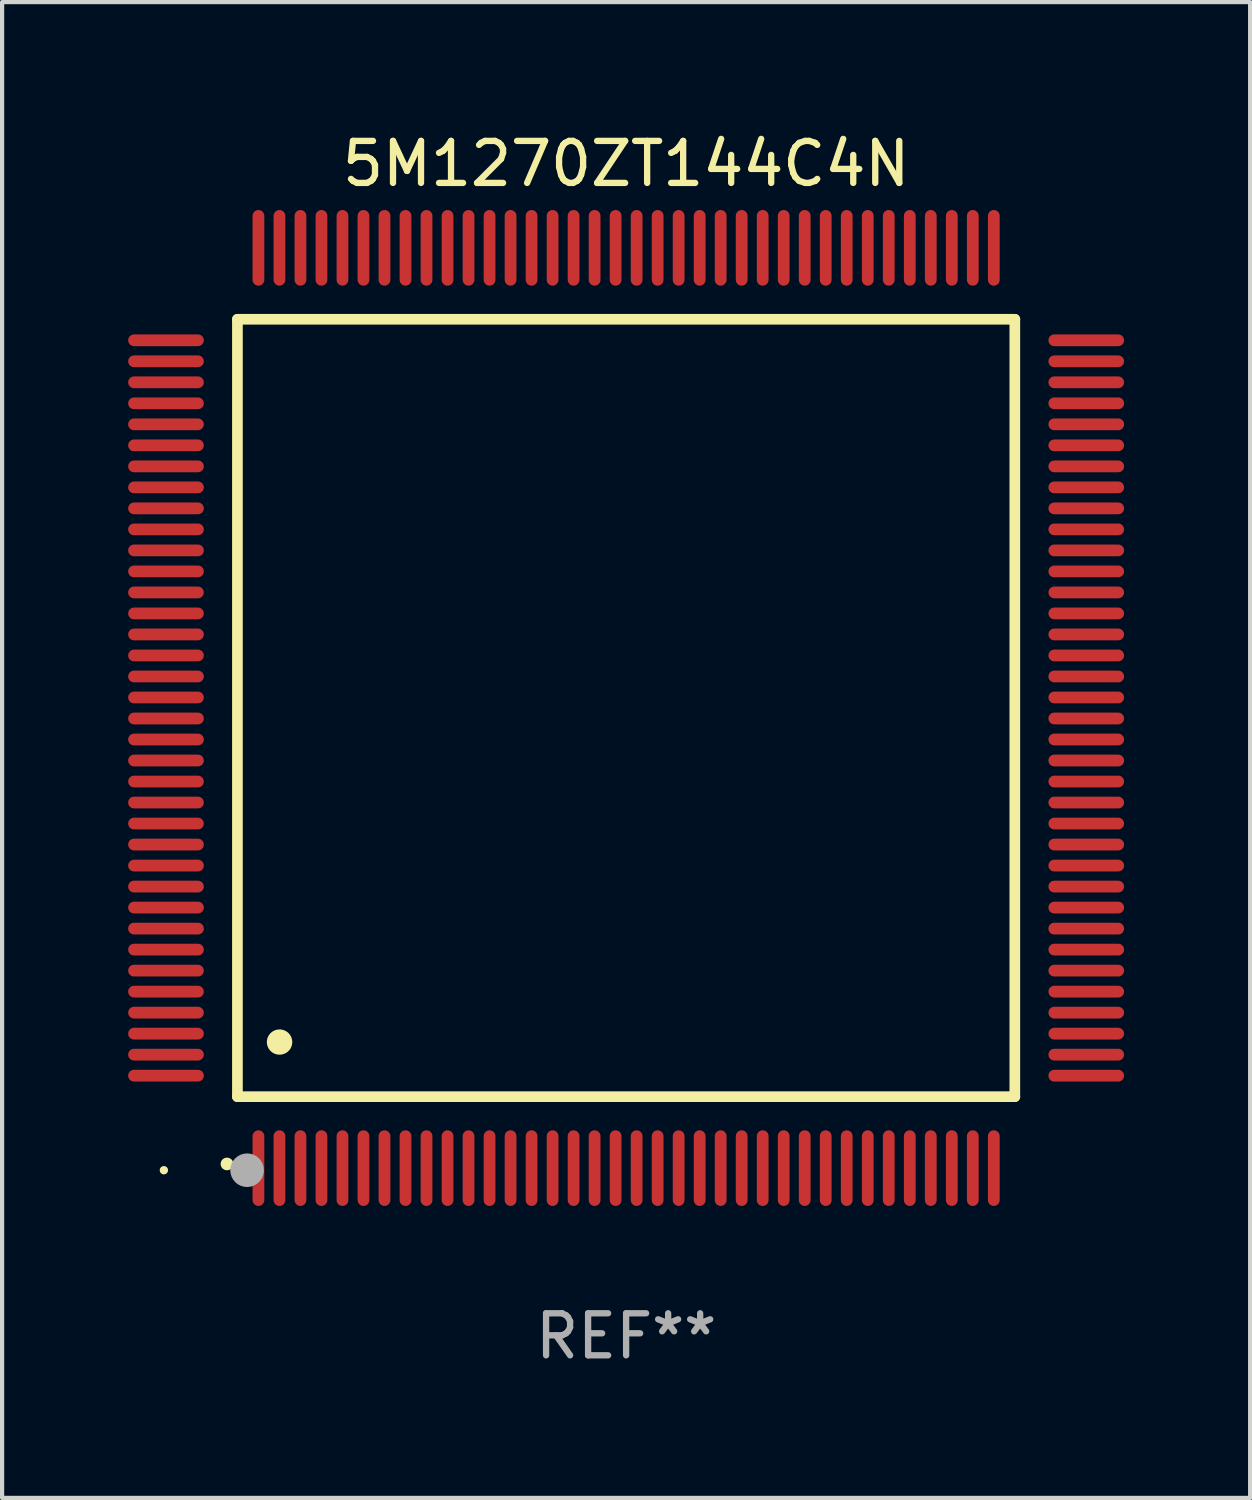
<source format=kicad_pcb>
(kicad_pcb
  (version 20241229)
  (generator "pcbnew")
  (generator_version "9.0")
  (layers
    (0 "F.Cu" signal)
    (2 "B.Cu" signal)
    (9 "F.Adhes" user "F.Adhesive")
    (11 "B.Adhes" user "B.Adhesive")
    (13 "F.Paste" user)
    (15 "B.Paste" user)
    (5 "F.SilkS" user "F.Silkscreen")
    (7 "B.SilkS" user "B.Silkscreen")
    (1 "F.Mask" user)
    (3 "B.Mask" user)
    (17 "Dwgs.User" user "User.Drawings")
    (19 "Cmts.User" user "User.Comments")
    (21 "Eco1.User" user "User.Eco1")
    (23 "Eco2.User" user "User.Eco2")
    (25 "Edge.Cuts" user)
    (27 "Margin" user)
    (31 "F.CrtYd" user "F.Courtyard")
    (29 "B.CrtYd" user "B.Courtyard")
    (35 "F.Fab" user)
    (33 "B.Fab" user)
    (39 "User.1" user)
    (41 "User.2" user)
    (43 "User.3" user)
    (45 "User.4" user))
  (footprint "5M1270ZT144C4N"
    (layer "F.Cu")
    (at 11.85 13.798)
    (property "Reference" "5M1270ZT144C4N" (at 0 -12.95 0) (layer "F.SilkS") (effects (font (size 1 1) (thickness 0.15))))
    (attr through_hole)
    (fp_line (start -9.25 -9.25) (end -9.25 9.25) (stroke (width 0.254) (type solid)) (layer "F.SilkS"))
    (fp_line (start -9.25 9.25) (end 9.25 9.25) (stroke (width 0.254) (type solid)) (layer "F.SilkS"))
    (fp_line (start 9.25 -9.25) (end -9.25 -9.25) (stroke (width 0.254) (type solid)) (layer "F.SilkS"))
    (fp_line (start 9.25 9.25) (end 9.25 -9.25) (stroke (width 0.254) (type solid)) (layer "F.SilkS"))
    (fp_arc (start -9.499619 10.850902) (mid -9.498349 10.850897) (end -9.497079 10.850902) (stroke (width 0.3) (type solid)) (layer "F.SilkS"))
    (fp_arc (start -8.249936 7.950216) (mid -8.247396 7.950205) (end -8.244856 7.950216) (stroke (width 0.6) (type solid)) (layer "F.SilkS"))
    (fp_circle (center -11 11) (end -10.95 11) (stroke (width 0.1) (type solid)) (fill no) (layer "F.SilkS"))
    (fp_circle (center -9.02 11) (end -8.82 11) (stroke (width 0.4) (type solid)) (fill no) (layer "F.Fab"))
    (fp_text user "REF**" (at 0 14.95 0) (layer "F.Fab") (effects (font (size 1 1) (thickness 0.15))))
    (pad "1" smd oval (at -8.75 10.95) (size 0.28 1.8) (layers "F.Cu" "F.Mask" "F.Paste"))
    (pad "2" smd oval (at -8.25 10.95) (size 0.28 1.8) (layers "F.Cu" "F.Mask" "F.Paste"))
    (pad "3" smd oval (at -7.75 10.95) (size 0.28 1.8) (layers "F.Cu" "F.Mask" "F.Paste"))
    (pad "4" smd oval (at -7.25 10.95) (size 0.28 1.8) (layers "F.Cu" "F.Mask" "F.Paste"))
    (pad "5" smd oval (at -6.75 10.95) (size 0.28 1.8) (layers "F.Cu" "F.Mask" "F.Paste"))
    (pad "6" smd oval (at -6.25 10.95) (size 0.28 1.8) (layers "F.Cu" "F.Mask" "F.Paste"))
    (pad "7" smd oval (at -5.75 10.95) (size 0.28 1.8) (layers "F.Cu" "F.Mask" "F.Paste"))
    (pad "8" smd oval (at -5.25 10.95) (size 0.28 1.8) (layers "F.Cu" "F.Mask" "F.Paste"))
    (pad "9" smd oval (at -4.75 10.95) (size 0.28 1.8) (layers "F.Cu" "F.Mask" "F.Paste"))
    (pad "10" smd oval (at -4.25 10.95) (size 0.28 1.8) (layers "F.Cu" "F.Mask" "F.Paste"))
    (pad "11" smd oval (at -3.75 10.95) (size 0.28 1.8) (layers "F.Cu" "F.Mask" "F.Paste"))
    (pad "12" smd oval (at -3.25 10.95) (size 0.28 1.8) (layers "F.Cu" "F.Mask" "F.Paste"))
    (pad "13" smd oval (at -2.75 10.95) (size 0.28 1.8) (layers "F.Cu" "F.Mask" "F.Paste"))
    (pad "14" smd oval (at -2.25 10.95) (size 0.28 1.8) (layers "F.Cu" "F.Mask" "F.Paste"))
    (pad "15" smd oval (at -1.75 10.95) (size 0.28 1.8) (layers "F.Cu" "F.Mask" "F.Paste"))
    (pad "16" smd oval (at -1.25 10.95) (size 0.28 1.8) (layers "F.Cu" "F.Mask" "F.Paste"))
    (pad "17" smd oval (at -0.75 10.95) (size 0.28 1.8) (layers "F.Cu" "F.Mask" "F.Paste"))
    (pad "18" smd oval (at -0.25 10.95) (size 0.28 1.8) (layers "F.Cu" "F.Mask" "F.Paste"))
    (pad "19" smd oval (at 0.25 10.95) (size 0.28 1.8) (layers "F.Cu" "F.Mask" "F.Paste"))
    (pad "20" smd oval (at 0.75 10.95) (size 0.28 1.8) (layers "F.Cu" "F.Mask" "F.Paste"))
    (pad "21" smd oval (at 1.25 10.95) (size 0.28 1.8) (layers "F.Cu" "F.Mask" "F.Paste"))
    (pad "22" smd oval (at 1.75 10.95) (size 0.28 1.8) (layers "F.Cu" "F.Mask" "F.Paste"))
    (pad "23" smd oval (at 2.25 10.95) (size 0.28 1.8) (layers "F.Cu" "F.Mask" "F.Paste"))
    (pad "24" smd oval (at 2.75 10.95) (size 0.28 1.8) (layers "F.Cu" "F.Mask" "F.Paste"))
    (pad "25" smd oval (at 3.25 10.95) (size 0.28 1.8) (layers "F.Cu" "F.Mask" "F.Paste"))
    (pad "26" smd oval (at 3.75 10.95) (size 0.28 1.8) (layers "F.Cu" "F.Mask" "F.Paste"))
    (pad "27" smd oval (at 4.25 10.95) (size 0.28 1.8) (layers "F.Cu" "F.Mask" "F.Paste"))
    (pad "28" smd oval (at 4.75 10.95) (size 0.28 1.8) (layers "F.Cu" "F.Mask" "F.Paste"))
    (pad "29" smd oval (at 5.25 10.95) (size 0.28 1.8) (layers "F.Cu" "F.Mask" "F.Paste"))
    (pad "30" smd oval (at 5.75 10.95) (size 0.28 1.8) (layers "F.Cu" "F.Mask" "F.Paste"))
    (pad "31" smd oval (at 6.25 10.95) (size 0.28 1.8) (layers "F.Cu" "F.Mask" "F.Paste"))
    (pad "32" smd oval (at 6.75 10.95) (size 0.28 1.8) (layers "F.Cu" "F.Mask" "F.Paste"))
    (pad "33" smd oval (at 7.25 10.95) (size 0.28 1.8) (layers "F.Cu" "F.Mask" "F.Paste"))
    (pad "34" smd oval (at 7.75 10.95) (size 0.28 1.8) (layers "F.Cu" "F.Mask" "F.Paste"))
    (pad "35" smd oval (at 8.25 10.95) (size 0.28 1.8) (layers "F.Cu" "F.Mask" "F.Paste"))
    (pad "36" smd oval (at 8.75 10.95) (size 0.28 1.8) (layers "F.Cu" "F.Mask" "F.Paste"))
    (pad "37" smd oval (at 10.95 8.75) (size 1.8 0.28) (layers "F.Cu" "F.Mask" "F.Paste"))
    (pad "38" smd oval (at 10.95 8.25) (size 1.8 0.28) (layers "F.Cu" "F.Mask" "F.Paste"))
    (pad "39" smd oval (at 10.95 7.75) (size 1.8 0.28) (layers "F.Cu" "F.Mask" "F.Paste"))
    (pad "40" smd oval (at 10.95 7.25) (size 1.8 0.28) (layers "F.Cu" "F.Mask" "F.Paste"))
    (pad "41" smd oval (at 10.95 6.75) (size 1.8 0.28) (layers "F.Cu" "F.Mask" "F.Paste"))
    (pad "42" smd oval (at 10.95 6.25) (size 1.8 0.28) (layers "F.Cu" "F.Mask" "F.Paste"))
    (pad "43" smd oval (at 10.95 5.75) (size 1.8 0.28) (layers "F.Cu" "F.Mask" "F.Paste"))
    (pad "44" smd oval (at 10.95 5.25) (size 1.8 0.28) (layers "F.Cu" "F.Mask" "F.Paste"))
    (pad "45" smd oval (at 10.95 4.75) (size 1.8 0.28) (layers "F.Cu" "F.Mask" "F.Paste"))
    (pad "46" smd oval (at 10.95 4.25) (size 1.8 0.28) (layers "F.Cu" "F.Mask" "F.Paste"))
    (pad "47" smd oval (at 10.95 3.75) (size 1.8 0.28) (layers "F.Cu" "F.Mask" "F.Paste"))
    (pad "48" smd oval (at 10.95 3.25) (size 1.8 0.28) (layers "F.Cu" "F.Mask" "F.Paste"))
    (pad "49" smd oval (at 10.95 2.75) (size 1.8 0.28) (layers "F.Cu" "F.Mask" "F.Paste"))
    (pad "50" smd oval (at 10.95 2.25) (size 1.8 0.28) (layers "F.Cu" "F.Mask" "F.Paste"))
    (pad "51" smd oval (at 10.95 1.75) (size 1.8 0.28) (layers "F.Cu" "F.Mask" "F.Paste"))
    (pad "52" smd oval (at 10.95 1.25) (size 1.8 0.28) (layers "F.Cu" "F.Mask" "F.Paste"))
    (pad "53" smd oval (at 10.95 0.75) (size 1.8 0.28) (layers "F.Cu" "F.Mask" "F.Paste"))
    (pad "54" smd oval (at 10.95 0.25) (size 1.8 0.28) (layers "F.Cu" "F.Mask" "F.Paste"))
    (pad "55" smd oval (at 10.95 -0.25) (size 1.8 0.28) (layers "F.Cu" "F.Mask" "F.Paste"))
    (pad "56" smd oval (at 10.95 -0.75) (size 1.8 0.28) (layers "F.Cu" "F.Mask" "F.Paste"))
    (pad "57" smd oval (at 10.95 -1.25) (size 1.8 0.28) (layers "F.Cu" "F.Mask" "F.Paste"))
    (pad "58" smd oval (at 10.95 -1.75) (size 1.8 0.28) (layers "F.Cu" "F.Mask" "F.Paste"))
    (pad "59" smd oval (at 10.95 -2.25) (size 1.8 0.28) (layers "F.Cu" "F.Mask" "F.Paste"))
    (pad "60" smd oval (at 10.95 -2.75) (size 1.8 0.28) (layers "F.Cu" "F.Mask" "F.Paste"))
    (pad "61" smd oval (at 10.95 -3.25) (size 1.8 0.28) (layers "F.Cu" "F.Mask" "F.Paste"))
    (pad "62" smd oval (at 10.95 -3.75) (size 1.8 0.28) (layers "F.Cu" "F.Mask" "F.Paste"))
    (pad "63" smd oval (at 10.95 -4.25) (size 1.8 0.28) (layers "F.Cu" "F.Mask" "F.Paste"))
    (pad "64" smd oval (at 10.95 -4.75) (size 1.8 0.28) (layers "F.Cu" "F.Mask" "F.Paste"))
    (pad "65" smd oval (at 10.95 -5.25) (size 1.8 0.28) (layers "F.Cu" "F.Mask" "F.Paste"))
    (pad "66" smd oval (at 10.95 -5.75) (size 1.8 0.28) (layers "F.Cu" "F.Mask" "F.Paste"))
    (pad "67" smd oval (at 10.95 -6.25) (size 1.8 0.28) (layers "F.Cu" "F.Mask" "F.Paste"))
    (pad "68" smd oval (at 10.95 -6.75) (size 1.8 0.28) (layers "F.Cu" "F.Mask" "F.Paste"))
    (pad "69" smd oval (at 10.95 -7.25) (size 1.8 0.28) (layers "F.Cu" "F.Mask" "F.Paste"))
    (pad "70" smd oval (at 10.95 -7.75) (size 1.8 0.28) (layers "F.Cu" "F.Mask" "F.Paste"))
    (pad "71" smd oval (at 10.95 -8.25) (size 1.8 0.28) (layers "F.Cu" "F.Mask" "F.Paste"))
    (pad "72" smd oval (at 10.95 -8.75) (size 1.8 0.28) (layers "F.Cu" "F.Mask" "F.Paste"))
    (pad "73" smd oval (at 8.75 -10.95) (size 0.28 1.8) (layers "F.Cu" "F.Mask" "F.Paste"))
    (pad "74" smd oval (at 8.25 -10.95) (size 0.28 1.8) (layers "F.Cu" "F.Mask" "F.Paste"))
    (pad "75" smd oval (at 7.75 -10.95) (size 0.28 1.8) (layers "F.Cu" "F.Mask" "F.Paste"))
    (pad "76" smd oval (at 7.25 -10.95) (size 0.28 1.8) (layers "F.Cu" "F.Mask" "F.Paste"))
    (pad "77" smd oval (at 6.75 -10.95) (size 0.28 1.8) (layers "F.Cu" "F.Mask" "F.Paste"))
    (pad "78" smd oval (at 6.25 -10.95) (size 0.28 1.8) (layers "F.Cu" "F.Mask" "F.Paste"))
    (pad "79" smd oval (at 5.75 -10.95) (size 0.28 1.8) (layers "F.Cu" "F.Mask" "F.Paste"))
    (pad "80" smd oval (at 5.25 -10.95) (size 0.28 1.8) (layers "F.Cu" "F.Mask" "F.Paste"))
    (pad "81" smd oval (at 4.75 -10.95) (size 0.28 1.8) (layers "F.Cu" "F.Mask" "F.Paste"))
    (pad "82" smd oval (at 4.25 -10.95) (size 0.28 1.8) (layers "F.Cu" "F.Mask" "F.Paste"))
    (pad "83" smd oval (at 3.75 -10.95) (size 0.28 1.8) (layers "F.Cu" "F.Mask" "F.Paste"))
    (pad "84" smd oval (at 3.25 -10.95) (size 0.28 1.8) (layers "F.Cu" "F.Mask" "F.Paste"))
    (pad "85" smd oval (at 2.75 -10.95) (size 0.28 1.8) (layers "F.Cu" "F.Mask" "F.Paste"))
    (pad "86" smd oval (at 2.25 -10.95) (size 0.28 1.8) (layers "F.Cu" "F.Mask" "F.Paste"))
    (pad "87" smd oval (at 1.75 -10.95) (size 0.28 1.8) (layers "F.Cu" "F.Mask" "F.Paste"))
    (pad "88" smd oval (at 1.25 -10.95) (size 0.28 1.8) (layers "F.Cu" "F.Mask" "F.Paste"))
    (pad "89" smd oval (at 0.75 -10.95) (size 0.28 1.8) (layers "F.Cu" "F.Mask" "F.Paste"))
    (pad "90" smd oval (at 0.25 -10.95) (size 0.28 1.8) (layers "F.Cu" "F.Mask" "F.Paste"))
    (pad "91" smd oval (at -0.25 -10.95) (size 0.28 1.8) (layers "F.Cu" "F.Mask" "F.Paste"))
    (pad "92" smd oval (at -0.75 -10.95) (size 0.28 1.8) (layers "F.Cu" "F.Mask" "F.Paste"))
    (pad "93" smd oval (at -1.25 -10.95) (size 0.28 1.8) (layers "F.Cu" "F.Mask" "F.Paste"))
    (pad "94" smd oval (at -1.75 -10.95) (size 0.28 1.8) (layers "F.Cu" "F.Mask" "F.Paste"))
    (pad "95" smd oval (at -2.25 -10.95) (size 0.28 1.8) (layers "F.Cu" "F.Mask" "F.Paste"))
    (pad "96" smd oval (at -2.75 -10.95) (size 0.28 1.8) (layers "F.Cu" "F.Mask" "F.Paste"))
    (pad "97" smd oval (at -3.25 -10.95) (size 0.28 1.8) (layers "F.Cu" "F.Mask" "F.Paste"))
    (pad "98" smd oval (at -3.75 -10.95) (size 0.28 1.8) (layers "F.Cu" "F.Mask" "F.Paste"))
    (pad "99" smd oval (at -4.25 -10.95) (size 0.28 1.8) (layers "F.Cu" "F.Mask" "F.Paste"))
    (pad "100" smd oval (at -4.75 -10.95) (size 0.28 1.8) (layers "F.Cu" "F.Mask" "F.Paste"))
    (pad "101" smd oval (at -5.25 -10.95) (size 0.28 1.8) (layers "F.Cu" "F.Mask" "F.Paste"))
    (pad "102" smd oval (at -5.75 -10.95) (size 0.28 1.8) (layers "F.Cu" "F.Mask" "F.Paste"))
    (pad "103" smd oval (at -6.25 -10.95) (size 0.28 1.8) (layers "F.Cu" "F.Mask" "F.Paste"))
    (pad "104" smd oval (at -6.75 -10.95) (size 0.28 1.8) (layers "F.Cu" "F.Mask" "F.Paste"))
    (pad "105" smd oval (at -7.25 -10.95) (size 0.28 1.8) (layers "F.Cu" "F.Mask" "F.Paste"))
    (pad "106" smd oval (at -7.75 -10.95) (size 0.28 1.8) (layers "F.Cu" "F.Mask" "F.Paste"))
    (pad "107" smd oval (at -8.25 -10.95) (size 0.28 1.8) (layers "F.Cu" "F.Mask" "F.Paste"))
    (pad "108" smd oval (at -8.75 -10.95) (size 0.28 1.8) (layers "F.Cu" "F.Mask" "F.Paste"))
    (pad "109" smd oval (at -10.95 -8.75) (size 1.8 0.28) (layers "F.Cu" "F.Mask" "F.Paste"))
    (pad "110" smd oval (at -10.95 -8.25) (size 1.8 0.28) (layers "F.Cu" "F.Mask" "F.Paste"))
    (pad "111" smd oval (at -10.95 -7.75) (size 1.8 0.28) (layers "F.Cu" "F.Mask" "F.Paste"))
    (pad "112" smd oval (at -10.95 -7.25) (size 1.8 0.28) (layers "F.Cu" "F.Mask" "F.Paste"))
    (pad "113" smd oval (at -10.95 -6.75) (size 1.8 0.28) (layers "F.Cu" "F.Mask" "F.Paste"))
    (pad "114" smd oval (at -10.95 -6.25) (size 1.8 0.28) (layers "F.Cu" "F.Mask" "F.Paste"))
    (pad "115" smd oval (at -10.95 -5.75) (size 1.8 0.28) (layers "F.Cu" "F.Mask" "F.Paste"))
    (pad "116" smd oval (at -10.95 -5.25) (size 1.8 0.28) (layers "F.Cu" "F.Mask" "F.Paste"))
    (pad "117" smd oval (at -10.95 -4.75) (size 1.8 0.28) (layers "F.Cu" "F.Mask" "F.Paste"))
    (pad "118" smd oval (at -10.95 -4.25) (size 1.8 0.28) (layers "F.Cu" "F.Mask" "F.Paste"))
    (pad "119" smd oval (at -10.95 -3.75) (size 1.8 0.28) (layers "F.Cu" "F.Mask" "F.Paste"))
    (pad "120" smd oval (at -10.95 -3.25) (size 1.8 0.28) (layers "F.Cu" "F.Mask" "F.Paste"))
    (pad "121" smd oval (at -10.95 -2.75) (size 1.8 0.28) (layers "F.Cu" "F.Mask" "F.Paste"))
    (pad "122" smd oval (at -10.95 -2.25) (size 1.8 0.28) (layers "F.Cu" "F.Mask" "F.Paste"))
    (pad "123" smd oval (at -10.95 -1.75) (size 1.8 0.28) (layers "F.Cu" "F.Mask" "F.Paste"))
    (pad "124" smd oval (at -10.95 -1.25) (size 1.8 0.28) (layers "F.Cu" "F.Mask" "F.Paste"))
    (pad "125" smd oval (at -10.95 -0.75) (size 1.8 0.28) (layers "F.Cu" "F.Mask" "F.Paste"))
    (pad "126" smd oval (at -10.95 -0.25) (size 1.8 0.28) (layers "F.Cu" "F.Mask" "F.Paste"))
    (pad "127" smd oval (at -10.95 0.25) (size 1.8 0.28) (layers "F.Cu" "F.Mask" "F.Paste"))
    (pad "128" smd oval (at -10.95 0.75) (size 1.8 0.28) (layers "F.Cu" "F.Mask" "F.Paste"))
    (pad "129" smd oval (at -10.95 1.25) (size 1.8 0.28) (layers "F.Cu" "F.Mask" "F.Paste"))
    (pad "130" smd oval (at -10.95 1.75) (size 1.8 0.28) (layers "F.Cu" "F.Mask" "F.Paste"))
    (pad "131" smd oval (at -10.95 2.25) (size 1.8 0.28) (layers "F.Cu" "F.Mask" "F.Paste"))
    (pad "132" smd oval (at -10.95 2.75) (size 1.8 0.28) (layers "F.Cu" "F.Mask" "F.Paste"))
    (pad "133" smd oval (at -10.95 3.25) (size 1.8 0.28) (layers "F.Cu" "F.Mask" "F.Paste"))
    (pad "134" smd oval (at -10.95 3.75) (size 1.8 0.28) (layers "F.Cu" "F.Mask" "F.Paste"))
    (pad "135" smd oval (at -10.95 4.25) (size 1.8 0.28) (layers "F.Cu" "F.Mask" "F.Paste"))
    (pad "136" smd oval (at -10.95 4.75) (size 1.8 0.28) (layers "F.Cu" "F.Mask" "F.Paste"))
    (pad "137" smd oval (at -10.95 5.25) (size 1.8 0.28) (layers "F.Cu" "F.Mask" "F.Paste"))
    (pad "138" smd oval (at -10.95 5.75) (size 1.8 0.28) (layers "F.Cu" "F.Mask" "F.Paste"))
    (pad "139" smd oval (at -10.95 6.25) (size 1.8 0.28) (layers "F.Cu" "F.Mask" "F.Paste"))
    (pad "140" smd oval (at -10.95 6.75) (size 1.8 0.28) (layers "F.Cu" "F.Mask" "F.Paste"))
    (pad "141" smd oval (at -10.95 7.25) (size 1.8 0.28) (layers "F.Cu" "F.Mask" "F.Paste"))
    (pad "142" smd oval (at -10.95 7.75) (size 1.8 0.28) (layers "F.Cu" "F.Mask" "F.Paste"))
    (pad "143" smd oval (at -10.95 8.25) (size 1.8 0.28) (layers "F.Cu" "F.Mask" "F.Paste"))
    (pad "144" smd oval (at -10.95 8.75) (size 1.8 0.28) (layers "F.Cu" "F.Mask" "F.Paste")))
  (gr_rect
    (start -3 -3)
    (end 26.7 32.596)
    (stroke (width 0.1) (type default))
    (fill no)
    (layer "Edge.Cuts")))
</source>
